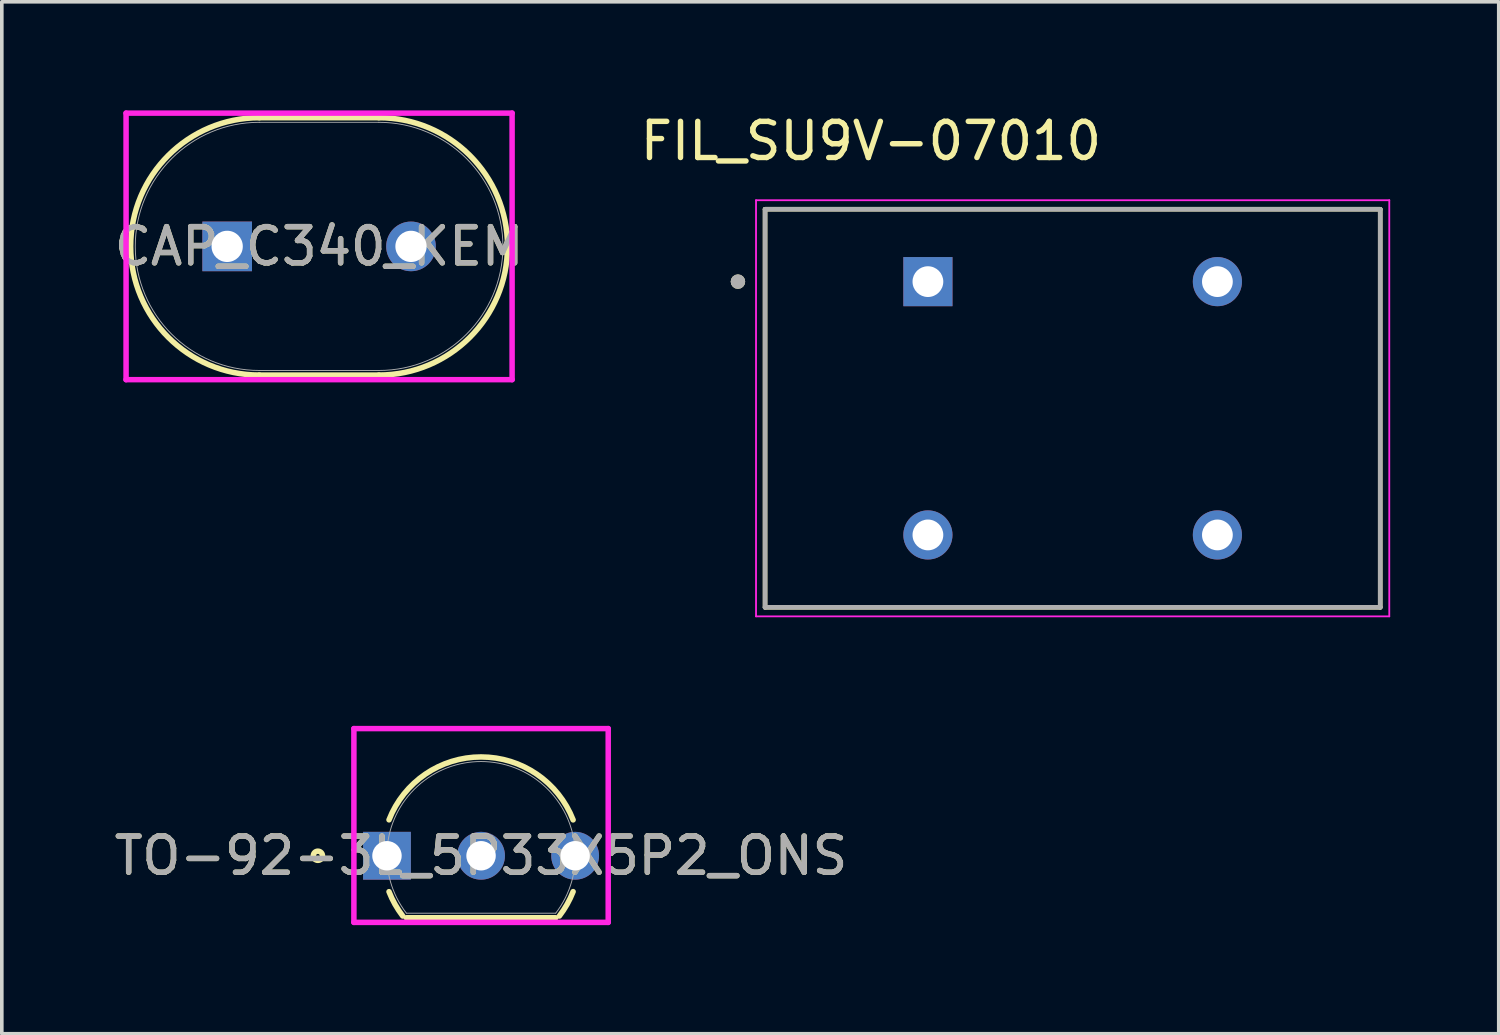
<source format=kicad_pcb>
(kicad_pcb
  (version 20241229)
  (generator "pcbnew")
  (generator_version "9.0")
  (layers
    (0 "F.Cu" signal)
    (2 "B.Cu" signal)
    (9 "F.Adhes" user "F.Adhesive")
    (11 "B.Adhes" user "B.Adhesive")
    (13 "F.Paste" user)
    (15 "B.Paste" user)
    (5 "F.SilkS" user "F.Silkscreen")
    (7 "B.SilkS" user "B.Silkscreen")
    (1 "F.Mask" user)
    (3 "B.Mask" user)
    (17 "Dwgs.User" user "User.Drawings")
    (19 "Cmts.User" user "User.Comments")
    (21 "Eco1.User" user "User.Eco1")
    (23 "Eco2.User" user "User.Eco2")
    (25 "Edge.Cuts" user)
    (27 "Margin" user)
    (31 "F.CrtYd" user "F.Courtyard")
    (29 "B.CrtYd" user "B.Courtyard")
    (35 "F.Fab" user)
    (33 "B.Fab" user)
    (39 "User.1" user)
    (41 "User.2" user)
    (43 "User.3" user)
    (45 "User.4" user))
  (footprint "TO-92-3L_5P33X5P2_ONS"
    (layer "F.Cu")
    (at 7.644 20.599)
    (property "Reference" "TO-92-3L_5P33X5P2_ONS" (at 2.6 0 0) (unlocked yes) (layer "F.SilkS") (effects (font (size 1 1) (thickness 0.15))))
    (attr through_hole)
    (fp_line (start 0.536 1.714) (end 4.664 1.714) (stroke (width 0.152) (type solid)) (layer "F.SilkS"))
    (fp_arc (start 0.056517 -0.99314) (mid 2.600845 -2.7305) (end 5.144097 -0.991565) (stroke (width 0.1524) (type solid)) (layer "F.SilkS"))
    (fp_arc (start 0.435836 1.66494) (mid 0.22233 1.342504) (end 0.056518 0.993141) (stroke (width 0.1524) (type solid)) (layer "F.SilkS"))
    (fp_arc (start 5.144097 0.991565) (mid 4.978085 1.341768) (end 4.764164 1.66494) (stroke (width 0.1524) (type solid)) (layer "F.SilkS"))
    (fp_circle (center -1.909 0) (end -1.782 0) (stroke (width 0.152) (type solid)) (fill no) (layer "F.SilkS"))
    (fp_line (start -0.914 -3.514) (end 6.114 -3.514) (stroke (width 0.152) (type solid)) (layer "F.CrtYd"))
    (fp_line (start -0.914 1.841) (end -0.914 -3.514) (stroke (width 0.152) (type solid)) (layer "F.CrtYd"))
    (fp_line (start 6.114 -3.514) (end 6.114 1.841) (stroke (width 0.152) (type solid)) (layer "F.CrtYd"))
    (fp_line (start 6.114 1.841) (end -0.914 1.841) (stroke (width 0.152) (type solid)) (layer "F.CrtYd"))
    (fp_line (start -0.254 0) (end 0.254 0) (stroke (width 0.152) (type solid)) (layer "F.Fab"))
    (fp_line (start 0 0.254) (end 0 -0.254) (stroke (width 0.152) (type solid)) (layer "F.Fab"))
    (fp_line (start 0.536 1.587) (end 4.664 1.587) (stroke (width 0.025) (type solid)) (layer "F.Fab"))
    (fp_arc (start 0.536493 1.587499) (mid 2.600001 -2.6035) (end 4.663506 1.5875) (stroke (width 0.0254) (type solid)) (layer "F.Fab"))
    (fp_circle (center 0.251 0) (end 0.378 0) (stroke (width 0.025) (type solid)) (fill no) (layer "F.Fab"))
    (fp_text user "${REFERENCE}" (at 2.6 0 0) (unlocked yes) (layer "F.Fab") (effects (font (size 1 1) (thickness 0.15))))
    (pad "1" thru_hole rect (at 0 0) (size 1.321 1.321) (drill 0.813) (layers "*.Cu" "*.Mask"))
    (pad "2" thru_hole circle (at 2.6 0) (size 1.321 1.321) (drill 0.813) (layers "*.Cu" "*.Mask"))
    (pad "3" thru_hole circle (at 5.2 0) (size 1.321 1.321) (drill 0.813) (layers "*.Cu" "*.Mask")))
  (footprint "FIL_SU9V-07010"
    (layer "F.Cu")
    (at 26.593 8.233)
    (property "Reference" "FIL_SU9V-07010" (at -5.575 -7.385 0) (layer "F.SilkS") (effects (font (size 1 1) (thickness 0.15))))
    (attr through_hole)
    (fp_line (start -8.5 -5.5) (end 8.5 -5.5) (stroke (width 0.127) (type solid)) (layer "F.SilkS"))
    (fp_line (start -8.5 5.5) (end -8.5 -5.5) (stroke (width 0.127) (type solid)) (layer "F.SilkS"))
    (fp_line (start 8.5 -5.5) (end 8.5 5.5) (stroke (width 0.127) (type solid)) (layer "F.SilkS"))
    (fp_line (start 8.5 5.5) (end -8.5 5.5) (stroke (width 0.127) (type solid)) (layer "F.SilkS"))
    (fp_circle (center -9.25 -3.5) (end -9.15 -3.5) (stroke (width 0.2) (type solid)) (fill no) (layer "F.SilkS"))
    (fp_line (start -8.75 -5.75) (end -8.75 5.75) (stroke (width 0.05) (type solid)) (layer "F.CrtYd"))
    (fp_line (start -8.75 5.75) (end 8.75 5.75) (stroke (width 0.05) (type solid)) (layer "F.CrtYd"))
    (fp_line (start 8.75 -5.75) (end -8.75 -5.75) (stroke (width 0.05) (type solid)) (layer "F.CrtYd"))
    (fp_line (start 8.75 5.75) (end 8.75 -5.75) (stroke (width 0.05) (type solid)) (layer "F.CrtYd"))
    (fp_line (start -8.5 -5.5) (end 8.5 -5.5) (stroke (width 0.127) (type solid)) (layer "F.Fab"))
    (fp_line (start -8.5 5.5) (end -8.5 -5.5) (stroke (width 0.127) (type solid)) (layer "F.Fab"))
    (fp_line (start 8.5 -5.5) (end 8.5 5.5) (stroke (width 0.127) (type solid)) (layer "F.Fab"))
    (fp_line (start 8.5 5.5) (end -8.5 5.5) (stroke (width 0.127) (type solid)) (layer "F.Fab"))
    (fp_circle (center -9.25 -3.5) (end -9.15 -3.5) (stroke (width 0.2) (type solid)) (fill no) (layer "F.Fab"))
    (pad "1" thru_hole rect (at -4 -3.5) (size 1.358 1.358) (drill 0.85) (layers "*.Cu" "*.Mask"))
    (pad "2" thru_hole circle (at -4 3.5) (size 1.358 1.358) (drill 0.85) (layers "*.Cu" "*.Mask"))
    (pad "3" thru_hole circle (at 4 3.5) (size 1.358 1.358) (drill 0.85) (layers "*.Cu" "*.Mask"))
    (pad "4" thru_hole circle (at 4 -3.5) (size 1.358 1.358) (drill 0.85) (layers "*.Cu" "*.Mask")))
  (footprint "CAP_C340_KEM"
    (layer "F.Cu")
    (at 5.768 3.759)
    (property "Reference" "CAP_C340_KEM" (at 0 0 0) (unlocked yes) (layer "F.SilkS") (effects (font (size 1 1) (thickness 0.15))))
    (attr through_hole)
    (fp_line (start -1.651 -3.556) (end 1.651 -3.556) (stroke (width 0.152) (type solid)) (layer "F.SilkS"))
    (fp_line (start -1.651 3.556) (end 1.651 3.556) (stroke (width 0.152) (type solid)) (layer "F.SilkS"))
    (fp_arc (start -1.651 3.556) (mid -5.207 0) (end -1.651 -3.556) (stroke (width 0.1524) (type solid)) (layer "F.SilkS"))
    (fp_arc (start 1.651 -3.556) (mid 4.165472 -2.514472) (end 5.207 0) (stroke (width 0.1524) (type solid)) (layer "F.SilkS"))
    (fp_arc (start 5.207 0) (mid 4.165472 2.514472) (end 1.651 3.556) (stroke (width 0.1524) (type solid)) (layer "F.SilkS"))
    (fp_line (start -5.334 -3.683) (end 5.334 -3.683) (stroke (width 0.152) (type solid)) (layer "F.CrtYd"))
    (fp_line (start -5.334 3.683) (end -5.334 -3.683) (stroke (width 0.152) (type solid)) (layer "F.CrtYd"))
    (fp_line (start 5.334 -3.683) (end 5.334 3.683) (stroke (width 0.152) (type solid)) (layer "F.CrtYd"))
    (fp_line (start 5.334 3.683) (end -5.334 3.683) (stroke (width 0.152) (type solid)) (layer "F.CrtYd"))
    (fp_line (start -1.651 -3.429) (end 1.651 -3.429) (stroke (width 0.025) (type solid)) (layer "F.Fab"))
    (fp_line (start -1.651 3.429) (end 1.651 3.429) (stroke (width 0.025) (type solid)) (layer "F.Fab"))
    (fp_arc (start -1.651 3.429) (mid -5.08 0) (end -1.651 -3.429) (stroke (width 0.0254) (type solid)) (layer "F.Fab"))
    (fp_arc (start 1.651 -3.429) (mid 5.08 0) (end 1.651 3.429) (stroke (width 0.0254) (type solid)) (layer "F.Fab"))
    (fp_text user "${REFERENCE}" (at 0 0 0) (unlocked yes) (layer "F.Fab") (effects (font (size 1 1) (thickness 0.15))))
    (pad "1" thru_hole rect (at -2.54 0) (size 1.372 1.372) (drill 0.864) (layers "*.Cu" "*.Mask"))
    (pad "2" thru_hole circle (at 2.54 0) (size 1.372 1.372) (drill 0.864) (layers "*.Cu" "*.Mask")))
  (gr_rect
    (start -3 -3)
    (end 38.368 25.517)
    (stroke (width 0.1) (type default))
    (fill no)
    (layer "Edge.Cuts")))
</source>
